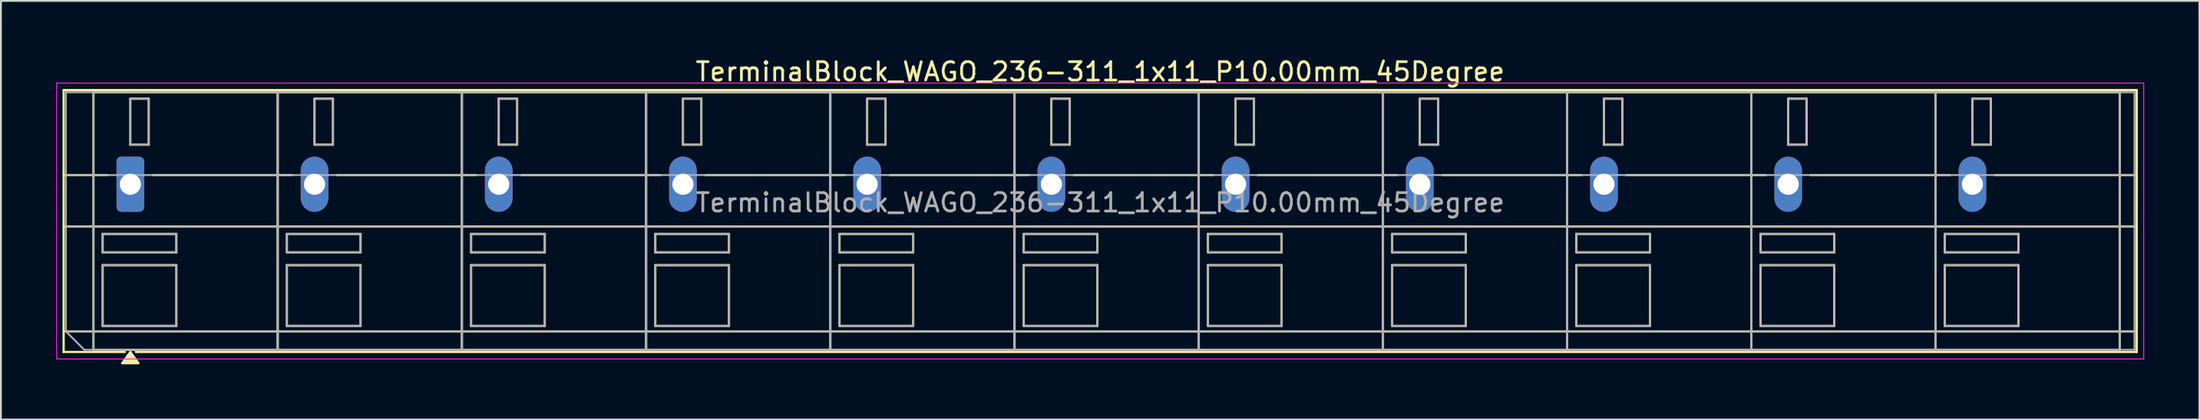
<source format=kicad_pcb>
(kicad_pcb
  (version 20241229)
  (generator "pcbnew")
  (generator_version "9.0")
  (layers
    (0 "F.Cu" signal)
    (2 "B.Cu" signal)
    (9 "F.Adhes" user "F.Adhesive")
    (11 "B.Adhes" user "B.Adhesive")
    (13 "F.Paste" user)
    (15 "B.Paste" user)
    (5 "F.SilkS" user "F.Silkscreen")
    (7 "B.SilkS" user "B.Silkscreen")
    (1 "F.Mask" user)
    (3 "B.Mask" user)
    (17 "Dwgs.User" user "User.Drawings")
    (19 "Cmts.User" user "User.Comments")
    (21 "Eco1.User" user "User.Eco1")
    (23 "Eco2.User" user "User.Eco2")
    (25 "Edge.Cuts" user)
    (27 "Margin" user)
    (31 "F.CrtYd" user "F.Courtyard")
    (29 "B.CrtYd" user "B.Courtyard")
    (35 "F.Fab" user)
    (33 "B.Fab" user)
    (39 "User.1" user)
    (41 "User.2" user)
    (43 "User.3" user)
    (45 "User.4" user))
  (footprint "TerminalBlock_WAGO_236-311_1x11_P10.00mm_45Degree"
    (layer "F.Cu")
    (at 4.025 6.968)
    (property "Reference" "TerminalBlock_WAGO_236-311_1x11_P10.00mm_45Degree" (at 52.65 -6.12 0) (layer "F.SilkS") (effects (font (size 1 1) (thickness 0.15))))
    (attr through_hole)
    (fp_line (start -3.62 -5.12) (end 108.92 -5.12) (stroke (width 0.12) (type solid)) (layer "F.SilkS"))
    (fp_line (start -3.62 -0.5) (end -1.23 -0.5) (stroke (width 0.12) (type solid)) (layer "F.SilkS"))
    (fp_line (start -3.62 2.3) (end 108.92 2.3) (stroke (width 0.12) (type solid)) (layer "F.SilkS"))
    (fp_line (start -3.62 8) (end 108.92 8) (stroke (width 0.12) (type solid)) (layer "F.SilkS"))
    (fp_line (start -3.62 9.12) (end -3.62 -5.12) (stroke (width 0.12) (type solid)) (layer "F.SilkS"))
    (fp_line (start -2 -5) (end 8 -5) (stroke (width 0.12) (type solid)) (layer "F.SilkS"))
    (fp_line (start -2 9) (end -2 -5) (stroke (width 0.12) (type solid)) (layer "F.SilkS"))
    (fp_line (start -1.5 2.7) (end 2.5 2.7) (stroke (width 0.12) (type solid)) (layer "F.SilkS"))
    (fp_line (start -1.5 3.7) (end -1.5 2.7) (stroke (width 0.12) (type solid)) (layer "F.SilkS"))
    (fp_line (start -1.5 4.4) (end 2.5 4.4) (stroke (width 0.12) (type solid)) (layer "F.SilkS"))
    (fp_line (start -1.5 7.7) (end -1.5 4.4) (stroke (width 0.12) (type solid)) (layer "F.SilkS"))
    (fp_line (start -0.3 9.12) (end -3.62 9.12) (stroke (width 0.12) (type solid)) (layer "F.SilkS"))
    (fp_line (start 0 -4.65) (end 1 -4.65) (stroke (width 0.12) (type solid)) (layer "F.SilkS"))
    (fp_line (start 0 -2.15) (end 0 -4.65) (stroke (width 0.12) (type solid)) (layer "F.SilkS"))
    (fp_line (start 1 -4.65) (end 1 -2.15) (stroke (width 0.12) (type solid)) (layer "F.SilkS"))
    (fp_line (start 1 -2.15) (end 0 -2.15) (stroke (width 0.12) (type solid)) (layer "F.SilkS"))
    (fp_line (start 1.23 -0.5) (end 8.77 -0.5) (stroke (width 0.12) (type solid)) (layer "F.SilkS"))
    (fp_line (start 2.5 2.7) (end 2.5 3.7) (stroke (width 0.12) (type solid)) (layer "F.SilkS"))
    (fp_line (start 2.5 3.7) (end -1.5 3.7) (stroke (width 0.12) (type solid)) (layer "F.SilkS"))
    (fp_line (start 2.5 4.4) (end 2.5 7.7) (stroke (width 0.12) (type solid)) (layer "F.SilkS"))
    (fp_line (start 2.5 7.7) (end -1.5 7.7) (stroke (width 0.12) (type solid)) (layer "F.SilkS"))
    (fp_line (start 8 -5) (end 8 9) (stroke (width 0.12) (type solid)) (layer "F.SilkS"))
    (fp_line (start 8 -5) (end 18 -5) (stroke (width 0.12) (type solid)) (layer "F.SilkS"))
    (fp_line (start 8 9) (end -2 9) (stroke (width 0.12) (type solid)) (layer "F.SilkS"))
    (fp_line (start 8 9) (end 8 -5) (stroke (width 0.12) (type solid)) (layer "F.SilkS"))
    (fp_line (start 8.5 2.7) (end 12.5 2.7) (stroke (width 0.12) (type solid)) (layer "F.SilkS"))
    (fp_line (start 8.5 3.7) (end 8.5 2.7) (stroke (width 0.12) (type solid)) (layer "F.SilkS"))
    (fp_line (start 8.5 4.4) (end 12.5 4.4) (stroke (width 0.12) (type solid)) (layer "F.SilkS"))
    (fp_line (start 8.5 7.7) (end 8.5 4.4) (stroke (width 0.12) (type solid)) (layer "F.SilkS"))
    (fp_line (start 10 -4.65) (end 11 -4.65) (stroke (width 0.12) (type solid)) (layer "F.SilkS"))
    (fp_line (start 10 -2.15) (end 10 -4.65) (stroke (width 0.12) (type solid)) (layer "F.SilkS"))
    (fp_line (start 11 -4.65) (end 11 -2.15) (stroke (width 0.12) (type solid)) (layer "F.SilkS"))
    (fp_line (start 11 -2.15) (end 10 -2.15) (stroke (width 0.12) (type solid)) (layer "F.SilkS"))
    (fp_line (start 11.23 -0.5) (end 18.77 -0.5) (stroke (width 0.12) (type solid)) (layer "F.SilkS"))
    (fp_line (start 12.5 2.7) (end 12.5 3.7) (stroke (width 0.12) (type solid)) (layer "F.SilkS"))
    (fp_line (start 12.5 3.7) (end 8.5 3.7) (stroke (width 0.12) (type solid)) (layer "F.SilkS"))
    (fp_line (start 12.5 4.4) (end 12.5 7.7) (stroke (width 0.12) (type solid)) (layer "F.SilkS"))
    (fp_line (start 12.5 7.7) (end 8.5 7.7) (stroke (width 0.12) (type solid)) (layer "F.SilkS"))
    (fp_line (start 18 -5) (end 18 9) (stroke (width 0.12) (type solid)) (layer "F.SilkS"))
    (fp_line (start 18 -5) (end 28 -5) (stroke (width 0.12) (type solid)) (layer "F.SilkS"))
    (fp_line (start 18 9) (end 8 9) (stroke (width 0.12) (type solid)) (layer "F.SilkS"))
    (fp_line (start 18 9) (end 18 -5) (stroke (width 0.12) (type solid)) (layer "F.SilkS"))
    (fp_line (start 18.5 2.7) (end 22.5 2.7) (stroke (width 0.12) (type solid)) (layer "F.SilkS"))
    (fp_line (start 18.5 3.7) (end 18.5 2.7) (stroke (width 0.12) (type solid)) (layer "F.SilkS"))
    (fp_line (start 18.5 4.4) (end 22.5 4.4) (stroke (width 0.12) (type solid)) (layer "F.SilkS"))
    (fp_line (start 18.5 7.7) (end 18.5 4.4) (stroke (width 0.12) (type solid)) (layer "F.SilkS"))
    (fp_line (start 20 -4.65) (end 21 -4.65) (stroke (width 0.12) (type solid)) (layer "F.SilkS"))
    (fp_line (start 20 -2.15) (end 20 -4.65) (stroke (width 0.12) (type solid)) (layer "F.SilkS"))
    (fp_line (start 21 -4.65) (end 21 -2.15) (stroke (width 0.12) (type solid)) (layer "F.SilkS"))
    (fp_line (start 21 -2.15) (end 20 -2.15) (stroke (width 0.12) (type solid)) (layer "F.SilkS"))
    (fp_line (start 21.23 -0.5) (end 28.77 -0.5) (stroke (width 0.12) (type solid)) (layer "F.SilkS"))
    (fp_line (start 22.5 2.7) (end 22.5 3.7) (stroke (width 0.12) (type solid)) (layer "F.SilkS"))
    (fp_line (start 22.5 3.7) (end 18.5 3.7) (stroke (width 0.12) (type solid)) (layer "F.SilkS"))
    (fp_line (start 22.5 4.4) (end 22.5 7.7) (stroke (width 0.12) (type solid)) (layer "F.SilkS"))
    (fp_line (start 22.5 7.7) (end 18.5 7.7) (stroke (width 0.12) (type solid)) (layer "F.SilkS"))
    (fp_line (start 28 -5) (end 28 9) (stroke (width 0.12) (type solid)) (layer "F.SilkS"))
    (fp_line (start 28 -5) (end 38 -5) (stroke (width 0.12) (type solid)) (layer "F.SilkS"))
    (fp_line (start 28 9) (end 18 9) (stroke (width 0.12) (type solid)) (layer "F.SilkS"))
    (fp_line (start 28 9) (end 28 -5) (stroke (width 0.12) (type solid)) (layer "F.SilkS"))
    (fp_line (start 28.5 2.7) (end 32.5 2.7) (stroke (width 0.12) (type solid)) (layer "F.SilkS"))
    (fp_line (start 28.5 3.7) (end 28.5 2.7) (stroke (width 0.12) (type solid)) (layer "F.SilkS"))
    (fp_line (start 28.5 4.4) (end 32.5 4.4) (stroke (width 0.12) (type solid)) (layer "F.SilkS"))
    (fp_line (start 28.5 7.7) (end 28.5 4.4) (stroke (width 0.12) (type solid)) (layer "F.SilkS"))
    (fp_line (start 30 -4.65) (end 31 -4.65) (stroke (width 0.12) (type solid)) (layer "F.SilkS"))
    (fp_line (start 30 -2.15) (end 30 -4.65) (stroke (width 0.12) (type solid)) (layer "F.SilkS"))
    (fp_line (start 31 -4.65) (end 31 -2.15) (stroke (width 0.12) (type solid)) (layer "F.SilkS"))
    (fp_line (start 31 -2.15) (end 30 -2.15) (stroke (width 0.12) (type solid)) (layer "F.SilkS"))
    (fp_line (start 31.23 -0.5) (end 38.77 -0.5) (stroke (width 0.12) (type solid)) (layer "F.SilkS"))
    (fp_line (start 32.5 2.7) (end 32.5 3.7) (stroke (width 0.12) (type solid)) (layer "F.SilkS"))
    (fp_line (start 32.5 3.7) (end 28.5 3.7) (stroke (width 0.12) (type solid)) (layer "F.SilkS"))
    (fp_line (start 32.5 4.4) (end 32.5 7.7) (stroke (width 0.12) (type solid)) (layer "F.SilkS"))
    (fp_line (start 32.5 7.7) (end 28.5 7.7) (stroke (width 0.12) (type solid)) (layer "F.SilkS"))
    (fp_line (start 38 -5) (end 38 9) (stroke (width 0.12) (type solid)) (layer "F.SilkS"))
    (fp_line (start 38 -5) (end 48 -5) (stroke (width 0.12) (type solid)) (layer "F.SilkS"))
    (fp_line (start 38 9) (end 28 9) (stroke (width 0.12) (type solid)) (layer "F.SilkS"))
    (fp_line (start 38 9) (end 38 -5) (stroke (width 0.12) (type solid)) (layer "F.SilkS"))
    (fp_line (start 38.5 2.7) (end 42.5 2.7) (stroke (width 0.12) (type solid)) (layer "F.SilkS"))
    (fp_line (start 38.5 3.7) (end 38.5 2.7) (stroke (width 0.12) (type solid)) (layer "F.SilkS"))
    (fp_line (start 38.5 4.4) (end 42.5 4.4) (stroke (width 0.12) (type solid)) (layer "F.SilkS"))
    (fp_line (start 38.5 7.7) (end 38.5 4.4) (stroke (width 0.12) (type solid)) (layer "F.SilkS"))
    (fp_line (start 40 -4.65) (end 41 -4.65) (stroke (width 0.12) (type solid)) (layer "F.SilkS"))
    (fp_line (start 40 -2.15) (end 40 -4.65) (stroke (width 0.12) (type solid)) (layer "F.SilkS"))
    (fp_line (start 41 -4.65) (end 41 -2.15) (stroke (width 0.12) (type solid)) (layer "F.SilkS"))
    (fp_line (start 41 -2.15) (end 40 -2.15) (stroke (width 0.12) (type solid)) (layer "F.SilkS"))
    (fp_line (start 41.23 -0.5) (end 48.77 -0.5) (stroke (width 0.12) (type solid)) (layer "F.SilkS"))
    (fp_line (start 42.5 2.7) (end 42.5 3.7) (stroke (width 0.12) (type solid)) (layer "F.SilkS"))
    (fp_line (start 42.5 3.7) (end 38.5 3.7) (stroke (width 0.12) (type solid)) (layer "F.SilkS"))
    (fp_line (start 42.5 4.4) (end 42.5 7.7) (stroke (width 0.12) (type solid)) (layer "F.SilkS"))
    (fp_line (start 42.5 7.7) (end 38.5 7.7) (stroke (width 0.12) (type solid)) (layer "F.SilkS"))
    (fp_line (start 48 -5) (end 48 9) (stroke (width 0.12) (type solid)) (layer "F.SilkS"))
    (fp_line (start 48 -5) (end 58 -5) (stroke (width 0.12) (type solid)) (layer "F.SilkS"))
    (fp_line (start 48 9) (end 38 9) (stroke (width 0.12) (type solid)) (layer "F.SilkS"))
    (fp_line (start 48 9) (end 48 -5) (stroke (width 0.12) (type solid)) (layer "F.SilkS"))
    (fp_line (start 48.5 2.7) (end 52.5 2.7) (stroke (width 0.12) (type solid)) (layer "F.SilkS"))
    (fp_line (start 48.5 3.7) (end 48.5 2.7) (stroke (width 0.12) (type solid)) (layer "F.SilkS"))
    (fp_line (start 48.5 4.4) (end 52.5 4.4) (stroke (width 0.12) (type solid)) (layer "F.SilkS"))
    (fp_line (start 48.5 7.7) (end 48.5 4.4) (stroke (width 0.12) (type solid)) (layer "F.SilkS"))
    (fp_line (start 50 -4.65) (end 51 -4.65) (stroke (width 0.12) (type solid)) (layer "F.SilkS"))
    (fp_line (start 50 -2.15) (end 50 -4.65) (stroke (width 0.12) (type solid)) (layer "F.SilkS"))
    (fp_line (start 51 -4.65) (end 51 -2.15) (stroke (width 0.12) (type solid)) (layer "F.SilkS"))
    (fp_line (start 51 -2.15) (end 50 -2.15) (stroke (width 0.12) (type solid)) (layer "F.SilkS"))
    (fp_line (start 51.23 -0.5) (end 58.77 -0.5) (stroke (width 0.12) (type solid)) (layer "F.SilkS"))
    (fp_line (start 52.5 2.7) (end 52.5 3.7) (stroke (width 0.12) (type solid)) (layer "F.SilkS"))
    (fp_line (start 52.5 3.7) (end 48.5 3.7) (stroke (width 0.12) (type solid)) (layer "F.SilkS"))
    (fp_line (start 52.5 4.4) (end 52.5 7.7) (stroke (width 0.12) (type solid)) (layer "F.SilkS"))
    (fp_line (start 52.5 7.7) (end 48.5 7.7) (stroke (width 0.12) (type solid)) (layer "F.SilkS"))
    (fp_line (start 58 -5) (end 58 9) (stroke (width 0.12) (type solid)) (layer "F.SilkS"))
    (fp_line (start 58 -5) (end 68 -5) (stroke (width 0.12) (type solid)) (layer "F.SilkS"))
    (fp_line (start 58 9) (end 48 9) (stroke (width 0.12) (type solid)) (layer "F.SilkS"))
    (fp_line (start 58 9) (end 58 -5) (stroke (width 0.12) (type solid)) (layer "F.SilkS"))
    (fp_line (start 58.5 2.7) (end 62.5 2.7) (stroke (width 0.12) (type solid)) (layer "F.SilkS"))
    (fp_line (start 58.5 3.7) (end 58.5 2.7) (stroke (width 0.12) (type solid)) (layer "F.SilkS"))
    (fp_line (start 58.5 4.4) (end 62.5 4.4) (stroke (width 0.12) (type solid)) (layer "F.SilkS"))
    (fp_line (start 58.5 7.7) (end 58.5 4.4) (stroke (width 0.12) (type solid)) (layer "F.SilkS"))
    (fp_line (start 60 -4.65) (end 61 -4.65) (stroke (width 0.12) (type solid)) (layer "F.SilkS"))
    (fp_line (start 60 -2.15) (end 60 -4.65) (stroke (width 0.12) (type solid)) (layer "F.SilkS"))
    (fp_line (start 61 -4.65) (end 61 -2.15) (stroke (width 0.12) (type solid)) (layer "F.SilkS"))
    (fp_line (start 61 -2.15) (end 60 -2.15) (stroke (width 0.12) (type solid)) (layer "F.SilkS"))
    (fp_line (start 61.23 -0.5) (end 68.77 -0.5) (stroke (width 0.12) (type solid)) (layer "F.SilkS"))
    (fp_line (start 62.5 2.7) (end 62.5 3.7) (stroke (width 0.12) (type solid)) (layer "F.SilkS"))
    (fp_line (start 62.5 3.7) (end 58.5 3.7) (stroke (width 0.12) (type solid)) (layer "F.SilkS"))
    (fp_line (start 62.5 4.4) (end 62.5 7.7) (stroke (width 0.12) (type solid)) (layer "F.SilkS"))
    (fp_line (start 62.5 7.7) (end 58.5 7.7) (stroke (width 0.12) (type solid)) (layer "F.SilkS"))
    (fp_line (start 68 -5) (end 68 9) (stroke (width 0.12) (type solid)) (layer "F.SilkS"))
    (fp_line (start 68 -5) (end 78 -5) (stroke (width 0.12) (type solid)) (layer "F.SilkS"))
    (fp_line (start 68 9) (end 58 9) (stroke (width 0.12) (type solid)) (layer "F.SilkS"))
    (fp_line (start 68 9) (end 68 -5) (stroke (width 0.12) (type solid)) (layer "F.SilkS"))
    (fp_line (start 68.5 2.7) (end 72.5 2.7) (stroke (width 0.12) (type solid)) (layer "F.SilkS"))
    (fp_line (start 68.5 3.7) (end 68.5 2.7) (stroke (width 0.12) (type solid)) (layer "F.SilkS"))
    (fp_line (start 68.5 4.4) (end 72.5 4.4) (stroke (width 0.12) (type solid)) (layer "F.SilkS"))
    (fp_line (start 68.5 7.7) (end 68.5 4.4) (stroke (width 0.12) (type solid)) (layer "F.SilkS"))
    (fp_line (start 70 -4.65) (end 71 -4.65) (stroke (width 0.12) (type solid)) (layer "F.SilkS"))
    (fp_line (start 70 -2.15) (end 70 -4.65) (stroke (width 0.12) (type solid)) (layer "F.SilkS"))
    (fp_line (start 71 -4.65) (end 71 -2.15) (stroke (width 0.12) (type solid)) (layer "F.SilkS"))
    (fp_line (start 71 -2.15) (end 70 -2.15) (stroke (width 0.12) (type solid)) (layer "F.SilkS"))
    (fp_line (start 71.23 -0.5) (end 78.77 -0.5) (stroke (width 0.12) (type solid)) (layer "F.SilkS"))
    (fp_line (start 72.5 2.7) (end 72.5 3.7) (stroke (width 0.12) (type solid)) (layer "F.SilkS"))
    (fp_line (start 72.5 3.7) (end 68.5 3.7) (stroke (width 0.12) (type solid)) (layer "F.SilkS"))
    (fp_line (start 72.5 4.4) (end 72.5 7.7) (stroke (width 0.12) (type solid)) (layer "F.SilkS"))
    (fp_line (start 72.5 7.7) (end 68.5 7.7) (stroke (width 0.12) (type solid)) (layer "F.SilkS"))
    (fp_line (start 78 -5) (end 78 9) (stroke (width 0.12) (type solid)) (layer "F.SilkS"))
    (fp_line (start 78 -5) (end 88 -5) (stroke (width 0.12) (type solid)) (layer "F.SilkS"))
    (fp_line (start 78 9) (end 68 9) (stroke (width 0.12) (type solid)) (layer "F.SilkS"))
    (fp_line (start 78 9) (end 78 -5) (stroke (width 0.12) (type solid)) (layer "F.SilkS"))
    (fp_line (start 78.5 2.7) (end 82.5 2.7) (stroke (width 0.12) (type solid)) (layer "F.SilkS"))
    (fp_line (start 78.5 3.7) (end 78.5 2.7) (stroke (width 0.12) (type solid)) (layer "F.SilkS"))
    (fp_line (start 78.5 4.4) (end 82.5 4.4) (stroke (width 0.12) (type solid)) (layer "F.SilkS"))
    (fp_line (start 78.5 7.7) (end 78.5 4.4) (stroke (width 0.12) (type solid)) (layer "F.SilkS"))
    (fp_line (start 80 -4.65) (end 81 -4.65) (stroke (width 0.12) (type solid)) (layer "F.SilkS"))
    (fp_line (start 80 -2.15) (end 80 -4.65) (stroke (width 0.12) (type solid)) (layer "F.SilkS"))
    (fp_line (start 81 -4.65) (end 81 -2.15) (stroke (width 0.12) (type solid)) (layer "F.SilkS"))
    (fp_line (start 81 -2.15) (end 80 -2.15) (stroke (width 0.12) (type solid)) (layer "F.SilkS"))
    (fp_line (start 81.23 -0.5) (end 88.77 -0.5) (stroke (width 0.12) (type solid)) (layer "F.SilkS"))
    (fp_line (start 82.5 2.7) (end 82.5 3.7) (stroke (width 0.12) (type solid)) (layer "F.SilkS"))
    (fp_line (start 82.5 3.7) (end 78.5 3.7) (stroke (width 0.12) (type solid)) (layer "F.SilkS"))
    (fp_line (start 82.5 4.4) (end 82.5 7.7) (stroke (width 0.12) (type solid)) (layer "F.SilkS"))
    (fp_line (start 82.5 7.7) (end 78.5 7.7) (stroke (width 0.12) (type solid)) (layer "F.SilkS"))
    (fp_line (start 88 -5) (end 88 9) (stroke (width 0.12) (type solid)) (layer "F.SilkS"))
    (fp_line (start 88 -5) (end 98 -5) (stroke (width 0.12) (type solid)) (layer "F.SilkS"))
    (fp_line (start 88 9) (end 78 9) (stroke (width 0.12) (type solid)) (layer "F.SilkS"))
    (fp_line (start 88 9) (end 88 -5) (stroke (width 0.12) (type solid)) (layer "F.SilkS"))
    (fp_line (start 88.5 2.7) (end 92.5 2.7) (stroke (width 0.12) (type solid)) (layer "F.SilkS"))
    (fp_line (start 88.5 3.7) (end 88.5 2.7) (stroke (width 0.12) (type solid)) (layer "F.SilkS"))
    (fp_line (start 88.5 4.4) (end 92.5 4.4) (stroke (width 0.12) (type solid)) (layer "F.SilkS"))
    (fp_line (start 88.5 7.7) (end 88.5 4.4) (stroke (width 0.12) (type solid)) (layer "F.SilkS"))
    (fp_line (start 90 -4.65) (end 91 -4.65) (stroke (width 0.12) (type solid)) (layer "F.SilkS"))
    (fp_line (start 90 -2.15) (end 90 -4.65) (stroke (width 0.12) (type solid)) (layer "F.SilkS"))
    (fp_line (start 91 -4.65) (end 91 -2.15) (stroke (width 0.12) (type solid)) (layer "F.SilkS"))
    (fp_line (start 91 -2.15) (end 90 -2.15) (stroke (width 0.12) (type solid)) (layer "F.SilkS"))
    (fp_line (start 91.23 -0.5) (end 98.77 -0.5) (stroke (width 0.12) (type solid)) (layer "F.SilkS"))
    (fp_line (start 92.5 2.7) (end 92.5 3.7) (stroke (width 0.12) (type solid)) (layer "F.SilkS"))
    (fp_line (start 92.5 3.7) (end 88.5 3.7) (stroke (width 0.12) (type solid)) (layer "F.SilkS"))
    (fp_line (start 92.5 4.4) (end 92.5 7.7) (stroke (width 0.12) (type solid)) (layer "F.SilkS"))
    (fp_line (start 92.5 7.7) (end 88.5 7.7) (stroke (width 0.12) (type solid)) (layer "F.SilkS"))
    (fp_line (start 98 -5) (end 98 9) (stroke (width 0.12) (type solid)) (layer "F.SilkS"))
    (fp_line (start 98 -5) (end 108 -5) (stroke (width 0.12) (type solid)) (layer "F.SilkS"))
    (fp_line (start 98 9) (end 88 9) (stroke (width 0.12) (type solid)) (layer "F.SilkS"))
    (fp_line (start 98 9) (end 98 -5) (stroke (width 0.12) (type solid)) (layer "F.SilkS"))
    (fp_line (start 98.5 2.7) (end 102.5 2.7) (stroke (width 0.12) (type solid)) (layer "F.SilkS"))
    (fp_line (start 98.5 3.7) (end 98.5 2.7) (stroke (width 0.12) (type solid)) (layer "F.SilkS"))
    (fp_line (start 98.5 4.4) (end 102.5 4.4) (stroke (width 0.12) (type solid)) (layer "F.SilkS"))
    (fp_line (start 98.5 7.7) (end 98.5 4.4) (stroke (width 0.12) (type solid)) (layer "F.SilkS"))
    (fp_line (start 100 -4.65) (end 101 -4.65) (stroke (width 0.12) (type solid)) (layer "F.SilkS"))
    (fp_line (start 100 -2.15) (end 100 -4.65) (stroke (width 0.12) (type solid)) (layer "F.SilkS"))
    (fp_line (start 101 -4.65) (end 101 -2.15) (stroke (width 0.12) (type solid)) (layer "F.SilkS"))
    (fp_line (start 101 -2.15) (end 100 -2.15) (stroke (width 0.12) (type solid)) (layer "F.SilkS"))
    (fp_line (start 101.23 -0.5) (end 108.92 -0.5) (stroke (width 0.12) (type solid)) (layer "F.SilkS"))
    (fp_line (start 102.5 2.7) (end 102.5 3.7) (stroke (width 0.12) (type solid)) (layer "F.SilkS"))
    (fp_line (start 102.5 3.7) (end 98.5 3.7) (stroke (width 0.12) (type solid)) (layer "F.SilkS"))
    (fp_line (start 102.5 4.4) (end 102.5 7.7) (stroke (width 0.12) (type solid)) (layer "F.SilkS"))
    (fp_line (start 102.5 7.7) (end 98.5 7.7) (stroke (width 0.12) (type solid)) (layer "F.SilkS"))
    (fp_line (start 108 -5) (end 108 9) (stroke (width 0.12) (type solid)) (layer "F.SilkS"))
    (fp_line (start 108 9) (end 98 9) (stroke (width 0.12) (type solid)) (layer "F.SilkS"))
    (fp_line (start 108.92 -5.12) (end 108.92 9.12) (stroke (width 0.12) (type solid)) (layer "F.SilkS"))
    (fp_line (start 108.92 9.12) (end 0.3 9.12) (stroke (width 0.12) (type solid)) (layer "F.SilkS"))
    (fp_poly (pts (xy 0 9.12) (xy 0.44 9.73) (xy -0.44 9.73)) (stroke (width 0.12) (type solid)) (fill yes) (layer "F.SilkS"))
    (fp_line (start -4 -5.5) (end -4 9.5) (stroke (width 0.05) (type solid)) (layer "F.CrtYd"))
    (fp_line (start -4 9.5) (end 109.3 9.5) (stroke (width 0.05) (type solid)) (layer "F.CrtYd"))
    (fp_line (start 109.3 -5.5) (end -4 -5.5) (stroke (width 0.05) (type solid)) (layer "F.CrtYd"))
    (fp_line (start 109.3 9.5) (end 109.3 -5.5) (stroke (width 0.05) (type solid)) (layer "F.CrtYd"))
    (fp_line (start -3.5 -5) (end 108.8 -5) (stroke (width 0.1) (type solid)) (layer "F.Fab"))
    (fp_line (start -3.5 -0.5) (end 108.8 -0.5) (stroke (width 0.1) (type solid)) (layer "F.Fab"))
    (fp_line (start -3.5 2.3) (end 108.8 2.3) (stroke (width 0.1) (type solid)) (layer "F.Fab"))
    (fp_line (start -3.5 8) (end -3.5 -5) (stroke (width 0.1) (type solid)) (layer "F.Fab"))
    (fp_line (start -3.5 8) (end 108.8 8) (stroke (width 0.1) (type solid)) (layer "F.Fab"))
    (fp_line (start -2.5 9) (end -3.5 8) (stroke (width 0.1) (type solid)) (layer "F.Fab"))
    (fp_line (start -2 -5) (end -2 9) (stroke (width 0.1) (type solid)) (layer "F.Fab"))
    (fp_line (start -2 9) (end 8 9) (stroke (width 0.1) (type solid)) (layer "F.Fab"))
    (fp_line (start -1.5 2.7) (end -1.5 3.7) (stroke (width 0.1) (type solid)) (layer "F.Fab"))
    (fp_line (start -1.5 3.7) (end 2.5 3.7) (stroke (width 0.1) (type solid)) (layer "F.Fab"))
    (fp_line (start -1.5 4.4) (end -1.5 7.7) (stroke (width 0.1) (type solid)) (layer "F.Fab"))
    (fp_line (start -1.5 7.7) (end 2.5 7.7) (stroke (width 0.1) (type solid)) (layer "F.Fab"))
    (fp_line (start 0 -4.65) (end 0 -2.15) (stroke (width 0.1) (type solid)) (layer "F.Fab"))
    (fp_line (start 0 -2.15) (end 1 -2.15) (stroke (width 0.1) (type solid)) (layer "F.Fab"))
    (fp_line (start 1 -4.65) (end 0 -4.65) (stroke (width 0.1) (type solid)) (layer "F.Fab"))
    (fp_line (start 1 -2.15) (end 1 -4.65) (stroke (width 0.1) (type solid)) (layer "F.Fab"))
    (fp_line (start 2.5 2.7) (end -1.5 2.7) (stroke (width 0.1) (type solid)) (layer "F.Fab"))
    (fp_line (start 2.5 3.7) (end 2.5 2.7) (stroke (width 0.1) (type solid)) (layer "F.Fab"))
    (fp_line (start 2.5 4.4) (end -1.5 4.4) (stroke (width 0.1) (type solid)) (layer "F.Fab"))
    (fp_line (start 2.5 7.7) (end 2.5 4.4) (stroke (width 0.1) (type solid)) (layer "F.Fab"))
    (fp_line (start 8 -5) (end -2 -5) (stroke (width 0.1) (type solid)) (layer "F.Fab"))
    (fp_line (start 8 -5) (end 8 9) (stroke (width 0.1) (type solid)) (layer "F.Fab"))
    (fp_line (start 8 9) (end 8 -5) (stroke (width 0.1) (type solid)) (layer "F.Fab"))
    (fp_line (start 8 9) (end 18 9) (stroke (width 0.1) (type solid)) (layer "F.Fab"))
    (fp_line (start 8.5 2.7) (end 8.5 3.7) (stroke (width 0.1) (type solid)) (layer "F.Fab"))
    (fp_line (start 8.5 3.7) (end 12.5 3.7) (stroke (width 0.1) (type solid)) (layer "F.Fab"))
    (fp_line (start 8.5 4.4) (end 8.5 7.7) (stroke (width 0.1) (type solid)) (layer "F.Fab"))
    (fp_line (start 8.5 7.7) (end 12.5 7.7) (stroke (width 0.1) (type solid)) (layer "F.Fab"))
    (fp_line (start 10 -4.65) (end 10 -2.15) (stroke (width 0.1) (type solid)) (layer "F.Fab"))
    (fp_line (start 10 -2.15) (end 11 -2.15) (stroke (width 0.1) (type solid)) (layer "F.Fab"))
    (fp_line (start 11 -4.65) (end 10 -4.65) (stroke (width 0.1) (type solid)) (layer "F.Fab"))
    (fp_line (start 11 -2.15) (end 11 -4.65) (stroke (width 0.1) (type solid)) (layer "F.Fab"))
    (fp_line (start 12.5 2.7) (end 8.5 2.7) (stroke (width 0.1) (type solid)) (layer "F.Fab"))
    (fp_line (start 12.5 3.7) (end 12.5 2.7) (stroke (width 0.1) (type solid)) (layer "F.Fab"))
    (fp_line (start 12.5 4.4) (end 8.5 4.4) (stroke (width 0.1) (type solid)) (layer "F.Fab"))
    (fp_line (start 12.5 7.7) (end 12.5 4.4) (stroke (width 0.1) (type solid)) (layer "F.Fab"))
    (fp_line (start 18 -5) (end 8 -5) (stroke (width 0.1) (type solid)) (layer "F.Fab"))
    (fp_line (start 18 -5) (end 18 9) (stroke (width 0.1) (type solid)) (layer "F.Fab"))
    (fp_line (start 18 9) (end 18 -5) (stroke (width 0.1) (type solid)) (layer "F.Fab"))
    (fp_line (start 18 9) (end 28 9) (stroke (width 0.1) (type solid)) (layer "F.Fab"))
    (fp_line (start 18.5 2.7) (end 18.5 3.7) (stroke (width 0.1) (type solid)) (layer "F.Fab"))
    (fp_line (start 18.5 3.7) (end 22.5 3.7) (stroke (width 0.1) (type solid)) (layer "F.Fab"))
    (fp_line (start 18.5 4.4) (end 18.5 7.7) (stroke (width 0.1) (type solid)) (layer "F.Fab"))
    (fp_line (start 18.5 7.7) (end 22.5 7.7) (stroke (width 0.1) (type solid)) (layer "F.Fab"))
    (fp_line (start 20 -4.65) (end 20 -2.15) (stroke (width 0.1) (type solid)) (layer "F.Fab"))
    (fp_line (start 20 -2.15) (end 21 -2.15) (stroke (width 0.1) (type solid)) (layer "F.Fab"))
    (fp_line (start 21 -4.65) (end 20 -4.65) (stroke (width 0.1) (type solid)) (layer "F.Fab"))
    (fp_line (start 21 -2.15) (end 21 -4.65) (stroke (width 0.1) (type solid)) (layer "F.Fab"))
    (fp_line (start 22.5 2.7) (end 18.5 2.7) (stroke (width 0.1) (type solid)) (layer "F.Fab"))
    (fp_line (start 22.5 3.7) (end 22.5 2.7) (stroke (width 0.1) (type solid)) (layer "F.Fab"))
    (fp_line (start 22.5 4.4) (end 18.5 4.4) (stroke (width 0.1) (type solid)) (layer "F.Fab"))
    (fp_line (start 22.5 7.7) (end 22.5 4.4) (stroke (width 0.1) (type solid)) (layer "F.Fab"))
    (fp_line (start 28 -5) (end 18 -5) (stroke (width 0.1) (type solid)) (layer "F.Fab"))
    (fp_line (start 28 -5) (end 28 9) (stroke (width 0.1) (type solid)) (layer "F.Fab"))
    (fp_line (start 28 9) (end 28 -5) (stroke (width 0.1) (type solid)) (layer "F.Fab"))
    (fp_line (start 28 9) (end 38 9) (stroke (width 0.1) (type solid)) (layer "F.Fab"))
    (fp_line (start 28.5 2.7) (end 28.5 3.7) (stroke (width 0.1) (type solid)) (layer "F.Fab"))
    (fp_line (start 28.5 3.7) (end 32.5 3.7) (stroke (width 0.1) (type solid)) (layer "F.Fab"))
    (fp_line (start 28.5 4.4) (end 28.5 7.7) (stroke (width 0.1) (type solid)) (layer "F.Fab"))
    (fp_line (start 28.5 7.7) (end 32.5 7.7) (stroke (width 0.1) (type solid)) (layer "F.Fab"))
    (fp_line (start 30 -4.65) (end 30 -2.15) (stroke (width 0.1) (type solid)) (layer "F.Fab"))
    (fp_line (start 30 -2.15) (end 31 -2.15) (stroke (width 0.1) (type solid)) (layer "F.Fab"))
    (fp_line (start 31 -4.65) (end 30 -4.65) (stroke (width 0.1) (type solid)) (layer "F.Fab"))
    (fp_line (start 31 -2.15) (end 31 -4.65) (stroke (width 0.1) (type solid)) (layer "F.Fab"))
    (fp_line (start 32.5 2.7) (end 28.5 2.7) (stroke (width 0.1) (type solid)) (layer "F.Fab"))
    (fp_line (start 32.5 3.7) (end 32.5 2.7) (stroke (width 0.1) (type solid)) (layer "F.Fab"))
    (fp_line (start 32.5 4.4) (end 28.5 4.4) (stroke (width 0.1) (type solid)) (layer "F.Fab"))
    (fp_line (start 32.5 7.7) (end 32.5 4.4) (stroke (width 0.1) (type solid)) (layer "F.Fab"))
    (fp_line (start 38 -5) (end 28 -5) (stroke (width 0.1) (type solid)) (layer "F.Fab"))
    (fp_line (start 38 -5) (end 38 9) (stroke (width 0.1) (type solid)) (layer "F.Fab"))
    (fp_line (start 38 9) (end 38 -5) (stroke (width 0.1) (type solid)) (layer "F.Fab"))
    (fp_line (start 38 9) (end 48 9) (stroke (width 0.1) (type solid)) (layer "F.Fab"))
    (fp_line (start 38.5 2.7) (end 38.5 3.7) (stroke (width 0.1) (type solid)) (layer "F.Fab"))
    (fp_line (start 38.5 3.7) (end 42.5 3.7) (stroke (width 0.1) (type solid)) (layer "F.Fab"))
    (fp_line (start 38.5 4.4) (end 38.5 7.7) (stroke (width 0.1) (type solid)) (layer "F.Fab"))
    (fp_line (start 38.5 7.7) (end 42.5 7.7) (stroke (width 0.1) (type solid)) (layer "F.Fab"))
    (fp_line (start 40 -4.65) (end 40 -2.15) (stroke (width 0.1) (type solid)) (layer "F.Fab"))
    (fp_line (start 40 -2.15) (end 41 -2.15) (stroke (width 0.1) (type solid)) (layer "F.Fab"))
    (fp_line (start 41 -4.65) (end 40 -4.65) (stroke (width 0.1) (type solid)) (layer "F.Fab"))
    (fp_line (start 41 -2.15) (end 41 -4.65) (stroke (width 0.1) (type solid)) (layer "F.Fab"))
    (fp_line (start 42.5 2.7) (end 38.5 2.7) (stroke (width 0.1) (type solid)) (layer "F.Fab"))
    (fp_line (start 42.5 3.7) (end 42.5 2.7) (stroke (width 0.1) (type solid)) (layer "F.Fab"))
    (fp_line (start 42.5 4.4) (end 38.5 4.4) (stroke (width 0.1) (type solid)) (layer "F.Fab"))
    (fp_line (start 42.5 7.7) (end 42.5 4.4) (stroke (width 0.1) (type solid)) (layer "F.Fab"))
    (fp_line (start 48 -5) (end 38 -5) (stroke (width 0.1) (type solid)) (layer "F.Fab"))
    (fp_line (start 48 -5) (end 48 9) (stroke (width 0.1) (type solid)) (layer "F.Fab"))
    (fp_line (start 48 9) (end 48 -5) (stroke (width 0.1) (type solid)) (layer "F.Fab"))
    (fp_line (start 48 9) (end 58 9) (stroke (width 0.1) (type solid)) (layer "F.Fab"))
    (fp_line (start 48.5 2.7) (end 48.5 3.7) (stroke (width 0.1) (type solid)) (layer "F.Fab"))
    (fp_line (start 48.5 3.7) (end 52.5 3.7) (stroke (width 0.1) (type solid)) (layer "F.Fab"))
    (fp_line (start 48.5 4.4) (end 48.5 7.7) (stroke (width 0.1) (type solid)) (layer "F.Fab"))
    (fp_line (start 48.5 7.7) (end 52.5 7.7) (stroke (width 0.1) (type solid)) (layer "F.Fab"))
    (fp_line (start 50 -4.65) (end 50 -2.15) (stroke (width 0.1) (type solid)) (layer "F.Fab"))
    (fp_line (start 50 -2.15) (end 51 -2.15) (stroke (width 0.1) (type solid)) (layer "F.Fab"))
    (fp_line (start 51 -4.65) (end 50 -4.65) (stroke (width 0.1) (type solid)) (layer "F.Fab"))
    (fp_line (start 51 -2.15) (end 51 -4.65) (stroke (width 0.1) (type solid)) (layer "F.Fab"))
    (fp_line (start 52.5 2.7) (end 48.5 2.7) (stroke (width 0.1) (type solid)) (layer "F.Fab"))
    (fp_line (start 52.5 3.7) (end 52.5 2.7) (stroke (width 0.1) (type solid)) (layer "F.Fab"))
    (fp_line (start 52.5 4.4) (end 48.5 4.4) (stroke (width 0.1) (type solid)) (layer "F.Fab"))
    (fp_line (start 52.5 7.7) (end 52.5 4.4) (stroke (width 0.1) (type solid)) (layer "F.Fab"))
    (fp_line (start 58 -5) (end 48 -5) (stroke (width 0.1) (type solid)) (layer "F.Fab"))
    (fp_line (start 58 -5) (end 58 9) (stroke (width 0.1) (type solid)) (layer "F.Fab"))
    (fp_line (start 58 9) (end 58 -5) (stroke (width 0.1) (type solid)) (layer "F.Fab"))
    (fp_line (start 58 9) (end 68 9) (stroke (width 0.1) (type solid)) (layer "F.Fab"))
    (fp_line (start 58.5 2.7) (end 58.5 3.7) (stroke (width 0.1) (type solid)) (layer "F.Fab"))
    (fp_line (start 58.5 3.7) (end 62.5 3.7) (stroke (width 0.1) (type solid)) (layer "F.Fab"))
    (fp_line (start 58.5 4.4) (end 58.5 7.7) (stroke (width 0.1) (type solid)) (layer "F.Fab"))
    (fp_line (start 58.5 7.7) (end 62.5 7.7) (stroke (width 0.1) (type solid)) (layer "F.Fab"))
    (fp_line (start 60 -4.65) (end 60 -2.15) (stroke (width 0.1) (type solid)) (layer "F.Fab"))
    (fp_line (start 60 -2.15) (end 61 -2.15) (stroke (width 0.1) (type solid)) (layer "F.Fab"))
    (fp_line (start 61 -4.65) (end 60 -4.65) (stroke (width 0.1) (type solid)) (layer "F.Fab"))
    (fp_line (start 61 -2.15) (end 61 -4.65) (stroke (width 0.1) (type solid)) (layer "F.Fab"))
    (fp_line (start 62.5 2.7) (end 58.5 2.7) (stroke (width 0.1) (type solid)) (layer "F.Fab"))
    (fp_line (start 62.5 3.7) (end 62.5 2.7) (stroke (width 0.1) (type solid)) (layer "F.Fab"))
    (fp_line (start 62.5 4.4) (end 58.5 4.4) (stroke (width 0.1) (type solid)) (layer "F.Fab"))
    (fp_line (start 62.5 7.7) (end 62.5 4.4) (stroke (width 0.1) (type solid)) (layer "F.Fab"))
    (fp_line (start 68 -5) (end 58 -5) (stroke (width 0.1) (type solid)) (layer "F.Fab"))
    (fp_line (start 68 -5) (end 68 9) (stroke (width 0.1) (type solid)) (layer "F.Fab"))
    (fp_line (start 68 9) (end 68 -5) (stroke (width 0.1) (type solid)) (layer "F.Fab"))
    (fp_line (start 68 9) (end 78 9) (stroke (width 0.1) (type solid)) (layer "F.Fab"))
    (fp_line (start 68.5 2.7) (end 68.5 3.7) (stroke (width 0.1) (type solid)) (layer "F.Fab"))
    (fp_line (start 68.5 3.7) (end 72.5 3.7) (stroke (width 0.1) (type solid)) (layer "F.Fab"))
    (fp_line (start 68.5 4.4) (end 68.5 7.7) (stroke (width 0.1) (type solid)) (layer "F.Fab"))
    (fp_line (start 68.5 7.7) (end 72.5 7.7) (stroke (width 0.1) (type solid)) (layer "F.Fab"))
    (fp_line (start 70 -4.65) (end 70 -2.15) (stroke (width 0.1) (type solid)) (layer "F.Fab"))
    (fp_line (start 70 -2.15) (end 71 -2.15) (stroke (width 0.1) (type solid)) (layer "F.Fab"))
    (fp_line (start 71 -4.65) (end 70 -4.65) (stroke (width 0.1) (type solid)) (layer "F.Fab"))
    (fp_line (start 71 -2.15) (end 71 -4.65) (stroke (width 0.1) (type solid)) (layer "F.Fab"))
    (fp_line (start 72.5 2.7) (end 68.5 2.7) (stroke (width 0.1) (type solid)) (layer "F.Fab"))
    (fp_line (start 72.5 3.7) (end 72.5 2.7) (stroke (width 0.1) (type solid)) (layer "F.Fab"))
    (fp_line (start 72.5 4.4) (end 68.5 4.4) (stroke (width 0.1) (type solid)) (layer "F.Fab"))
    (fp_line (start 72.5 7.7) (end 72.5 4.4) (stroke (width 0.1) (type solid)) (layer "F.Fab"))
    (fp_line (start 78 -5) (end 68 -5) (stroke (width 0.1) (type solid)) (layer "F.Fab"))
    (fp_line (start 78 -5) (end 78 9) (stroke (width 0.1) (type solid)) (layer "F.Fab"))
    (fp_line (start 78 9) (end 78 -5) (stroke (width 0.1) (type solid)) (layer "F.Fab"))
    (fp_line (start 78 9) (end 88 9) (stroke (width 0.1) (type solid)) (layer "F.Fab"))
    (fp_line (start 78.5 2.7) (end 78.5 3.7) (stroke (width 0.1) (type solid)) (layer "F.Fab"))
    (fp_line (start 78.5 3.7) (end 82.5 3.7) (stroke (width 0.1) (type solid)) (layer "F.Fab"))
    (fp_line (start 78.5 4.4) (end 78.5 7.7) (stroke (width 0.1) (type solid)) (layer "F.Fab"))
    (fp_line (start 78.5 7.7) (end 82.5 7.7) (stroke (width 0.1) (type solid)) (layer "F.Fab"))
    (fp_line (start 80 -4.65) (end 80 -2.15) (stroke (width 0.1) (type solid)) (layer "F.Fab"))
    (fp_line (start 80 -2.15) (end 81 -2.15) (stroke (width 0.1) (type solid)) (layer "F.Fab"))
    (fp_line (start 81 -4.65) (end 80 -4.65) (stroke (width 0.1) (type solid)) (layer "F.Fab"))
    (fp_line (start 81 -2.15) (end 81 -4.65) (stroke (width 0.1) (type solid)) (layer "F.Fab"))
    (fp_line (start 82.5 2.7) (end 78.5 2.7) (stroke (width 0.1) (type solid)) (layer "F.Fab"))
    (fp_line (start 82.5 3.7) (end 82.5 2.7) (stroke (width 0.1) (type solid)) (layer "F.Fab"))
    (fp_line (start 82.5 4.4) (end 78.5 4.4) (stroke (width 0.1) (type solid)) (layer "F.Fab"))
    (fp_line (start 82.5 7.7) (end 82.5 4.4) (stroke (width 0.1) (type solid)) (layer "F.Fab"))
    (fp_line (start 88 -5) (end 78 -5) (stroke (width 0.1) (type solid)) (layer "F.Fab"))
    (fp_line (start 88 -5) (end 88 9) (stroke (width 0.1) (type solid)) (layer "F.Fab"))
    (fp_line (start 88 9) (end 88 -5) (stroke (width 0.1) (type solid)) (layer "F.Fab"))
    (fp_line (start 88 9) (end 98 9) (stroke (width 0.1) (type solid)) (layer "F.Fab"))
    (fp_line (start 88.5 2.7) (end 88.5 3.7) (stroke (width 0.1) (type solid)) (layer "F.Fab"))
    (fp_line (start 88.5 3.7) (end 92.5 3.7) (stroke (width 0.1) (type solid)) (layer "F.Fab"))
    (fp_line (start 88.5 4.4) (end 88.5 7.7) (stroke (width 0.1) (type solid)) (layer "F.Fab"))
    (fp_line (start 88.5 7.7) (end 92.5 7.7) (stroke (width 0.1) (type solid)) (layer "F.Fab"))
    (fp_line (start 90 -4.65) (end 90 -2.15) (stroke (width 0.1) (type solid)) (layer "F.Fab"))
    (fp_line (start 90 -2.15) (end 91 -2.15) (stroke (width 0.1) (type solid)) (layer "F.Fab"))
    (fp_line (start 91 -4.65) (end 90 -4.65) (stroke (width 0.1) (type solid)) (layer "F.Fab"))
    (fp_line (start 91 -2.15) (end 91 -4.65) (stroke (width 0.1) (type solid)) (layer "F.Fab"))
    (fp_line (start 92.5 2.7) (end 88.5 2.7) (stroke (width 0.1) (type solid)) (layer "F.Fab"))
    (fp_line (start 92.5 3.7) (end 92.5 2.7) (stroke (width 0.1) (type solid)) (layer "F.Fab"))
    (fp_line (start 92.5 4.4) (end 88.5 4.4) (stroke (width 0.1) (type solid)) (layer "F.Fab"))
    (fp_line (start 92.5 7.7) (end 92.5 4.4) (stroke (width 0.1) (type solid)) (layer "F.Fab"))
    (fp_line (start 98 -5) (end 88 -5) (stroke (width 0.1) (type solid)) (layer "F.Fab"))
    (fp_line (start 98 -5) (end 98 9) (stroke (width 0.1) (type solid)) (layer "F.Fab"))
    (fp_line (start 98 9) (end 98 -5) (stroke (width 0.1) (type solid)) (layer "F.Fab"))
    (fp_line (start 98 9) (end 108 9) (stroke (width 0.1) (type solid)) (layer "F.Fab"))
    (fp_line (start 98.5 2.7) (end 98.5 3.7) (stroke (width 0.1) (type solid)) (layer "F.Fab"))
    (fp_line (start 98.5 3.7) (end 102.5 3.7) (stroke (width 0.1) (type solid)) (layer "F.Fab"))
    (fp_line (start 98.5 4.4) (end 98.5 7.7) (stroke (width 0.1) (type solid)) (layer "F.Fab"))
    (fp_line (start 98.5 7.7) (end 102.5 7.7) (stroke (width 0.1) (type solid)) (layer "F.Fab"))
    (fp_line (start 100 -4.65) (end 100 -2.15) (stroke (width 0.1) (type solid)) (layer "F.Fab"))
    (fp_line (start 100 -2.15) (end 101 -2.15) (stroke (width 0.1) (type solid)) (layer "F.Fab"))
    (fp_line (start 101 -4.65) (end 100 -4.65) (stroke (width 0.1) (type solid)) (layer "F.Fab"))
    (fp_line (start 101 -2.15) (end 101 -4.65) (stroke (width 0.1) (type solid)) (layer "F.Fab"))
    (fp_line (start 102.5 2.7) (end 98.5 2.7) (stroke (width 0.1) (type solid)) (layer "F.Fab"))
    (fp_line (start 102.5 3.7) (end 102.5 2.7) (stroke (width 0.1) (type solid)) (layer "F.Fab"))
    (fp_line (start 102.5 4.4) (end 98.5 4.4) (stroke (width 0.1) (type solid)) (layer "F.Fab"))
    (fp_line (start 102.5 7.7) (end 102.5 4.4) (stroke (width 0.1) (type solid)) (layer "F.Fab"))
    (fp_line (start 108 -5) (end 98 -5) (stroke (width 0.1) (type solid)) (layer "F.Fab"))
    (fp_line (start 108 9) (end 108 -5) (stroke (width 0.1) (type solid)) (layer "F.Fab"))
    (fp_line (start 108.8 -5) (end 108.8 9) (stroke (width 0.1) (type solid)) (layer "F.Fab"))
    (fp_line (start 108.8 9) (end -2.5 9) (stroke (width 0.1) (type solid)) (layer "F.Fab"))
    (fp_text user "${REFERENCE}" (at 52.65 1 0) (layer "F.Fab") (effects (font (size 1 1) (thickness 0.15))))
    (pad "1" thru_hole roundrect (at 0 0) (size 1.5 3) (drill 1.15) (layers "*.Cu" "*.Mask") (roundrect_rratio 0.167))
    (pad "2" thru_hole oval (at 10 0) (size 1.5 3) (drill 1.15) (layers "*.Cu" "*.Mask"))
    (pad "3" thru_hole oval (at 20 0) (size 1.5 3) (drill 1.15) (layers "*.Cu" "*.Mask"))
    (pad "4" thru_hole oval (at 30 0) (size 1.5 3) (drill 1.15) (layers "*.Cu" "*.Mask"))
    (pad "5" thru_hole oval (at 40 0) (size 1.5 3) (drill 1.15) (layers "*.Cu" "*.Mask"))
    (pad "6" thru_hole oval (at 50 0) (size 1.5 3) (drill 1.15) (layers "*.Cu" "*.Mask"))
    (pad "7" thru_hole oval (at 60 0) (size 1.5 3) (drill 1.15) (layers "*.Cu" "*.Mask"))
    (pad "8" thru_hole oval (at 70 0) (size 1.5 3) (drill 1.15) (layers "*.Cu" "*.Mask"))
    (pad "9" thru_hole oval (at 80 0) (size 1.5 3) (drill 1.15) (layers "*.Cu" "*.Mask"))
    (pad "10" thru_hole oval (at 90 0) (size 1.5 3) (drill 1.15) (layers "*.Cu" "*.Mask"))
    (pad "11" thru_hole oval (at 100 0) (size 1.5 3) (drill 1.15) (layers "*.Cu" "*.Mask")))
  (gr_rect
    (start -3 -3)
    (end 116.35 19.758)
    (stroke (width 0.1) (type default))
    (fill no)
    (layer "Edge.Cuts")))
</source>
